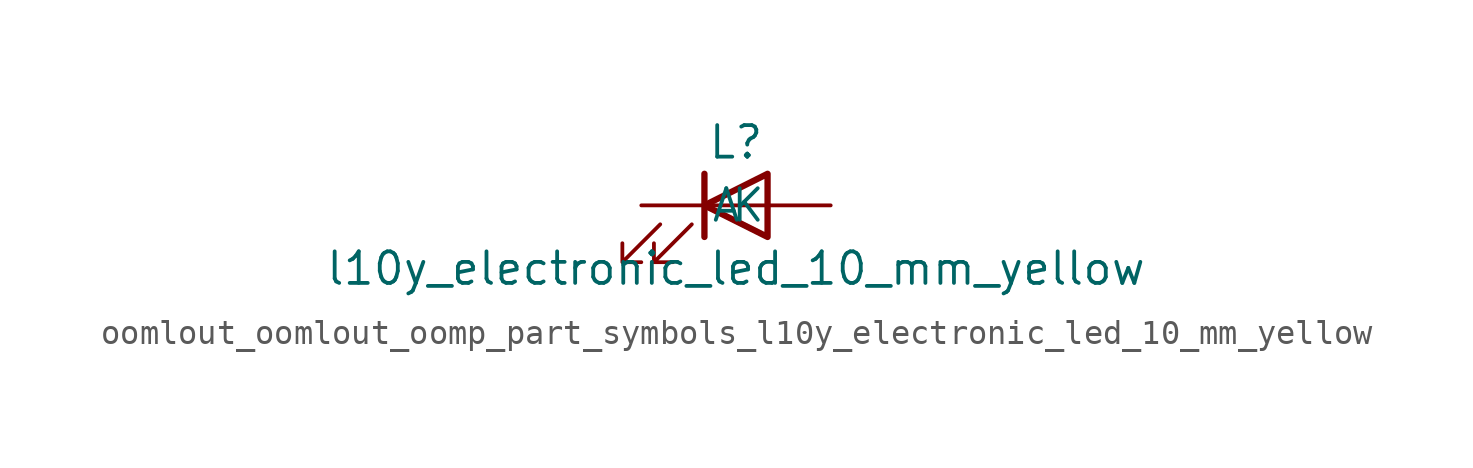
<source format=kicad_sym>
(kicad_symbol_lib
  (version 20220914)
  (generator kicad_symbol_editor)
  (symbol "oomlout_oomlout_oomp_part_symbols_l10y_electronic_led_10_mm_yellow"
    (pin_numbers hide)
    (pin_names
      (offset 1.016))
    (property "Reference" "L"
      (at 0 2.54 0)
      (effects (font (size 1.27 1.27))))
    (property "Value" "l10y_electronic_led_10_mm_yellow"
      (at 0 -2.54 0)
      (effects (font (size 1.27 1.27))))
    (symbol "oomlout_oomlout_oomp_part_symbols_l10y_electronic_led_10_mm_yellow_0_1"
      (polyline (pts (xy -1.27 -1.27) (xy -1.27 1.27)) (stroke (width 0.254) (type default)) (fill (type none)))
      (polyline (pts (xy -1.27 0) (xy 1.27 0)) (stroke (width 0) (type default)) (fill (type none)))
      (polyline (pts (xy 1.27 -1.27) (xy 1.27 1.27) (xy -1.27 0) (xy 1.27 -1.27)) (stroke (width 0.254) (type default)) (fill (type none)))
      (polyline (pts (xy -3.048 -0.762) (xy -4.572 -2.286) (xy -3.81 -2.286) (xy -4.572 -2.286) (xy -4.572 -1.524)) (stroke (width 0) (type default)) (fill (type none)))
      (polyline (pts (xy -1.778 -0.762) (xy -3.302 -2.286) (xy -2.54 -2.286) (xy -3.302 -2.286) (xy -3.302 -1.524)) (stroke (width 0) (type default)) (fill (type none))))
    (symbol "oomlout_oomlout_oomp_part_symbols_l10y_electronic_led_10_mm_yellow_1_1"
      (pin passive line (at -3.81 0 0) (length 2.54) (name "K" (effects (font (size 1.27 1.27)))) (number "1" (effects (font (size 1.27 1.27)))))
      (pin passive line (at 3.81 0 180) (length 2.54) (name "A" (effects (font (size 1.27 1.27)))) (number "2" (effects (font (size 1.27 1.27))))))))
</source>
